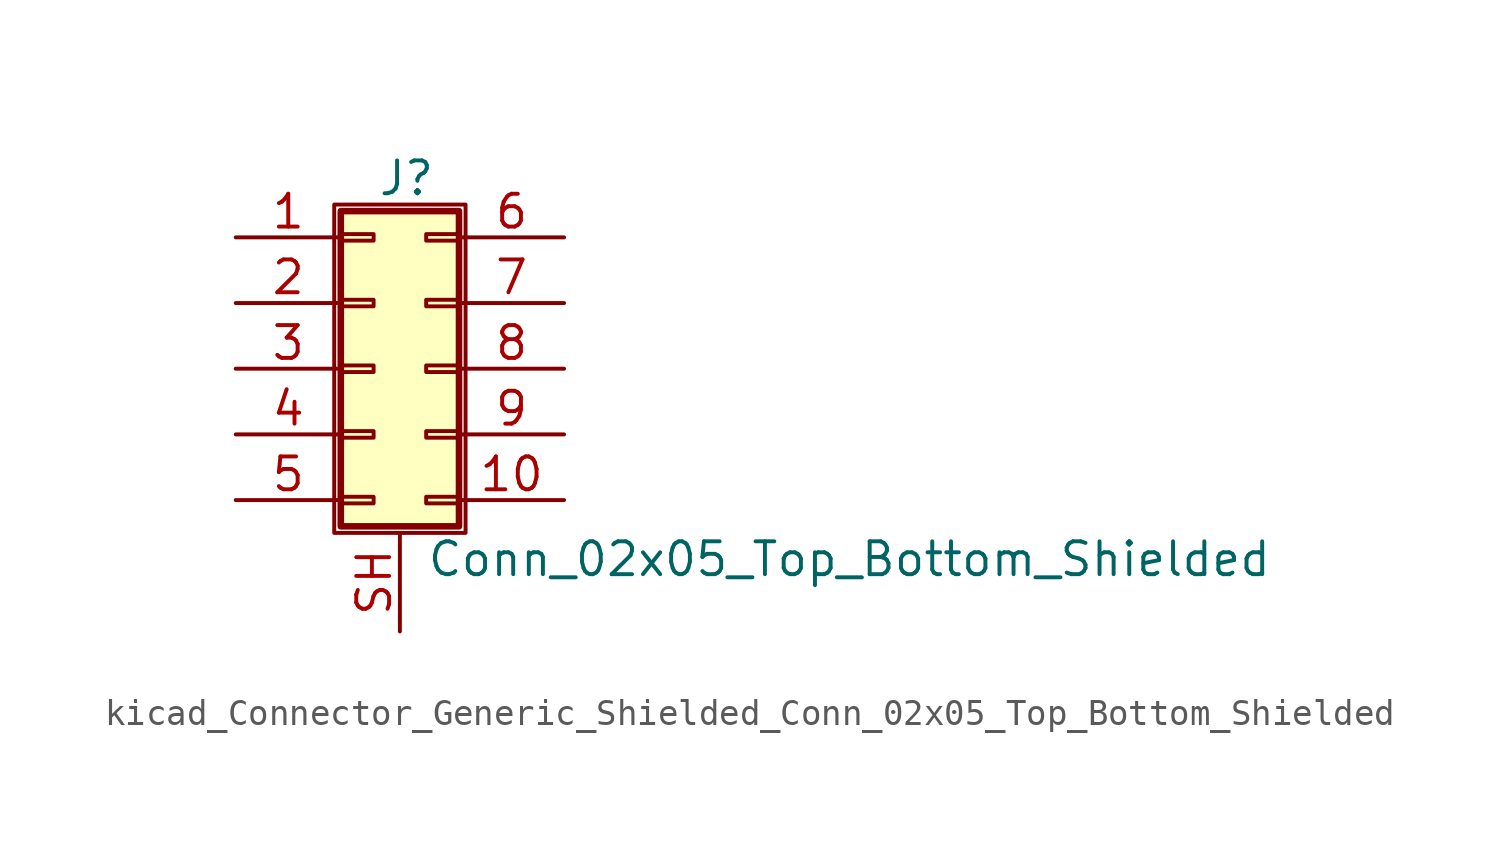
<source format=kicad_sym>
(kicad_symbol_lib
  (version 20220914)
  (generator kicad_symbol_editor)
  (symbol "kicad_Connector_Generic_Shielded_Conn_02x05_Top_Bottom_Shielded"
    (pin_names
      (offset 1.016) hide)
    (property "Reference" "J"
      (at 1.524 7.366 0)
      (effects (font (size 1.27 1.27))))
    (property "Value" "Conn_02x05_Top_Bottom_Shielded"
      (at 2.286 -7.366 0)
      (effects (font (size 1.27 1.27)) (justify left)))
    (symbol "kicad_Connector_Generic_Shielded_Conn_02x05_Top_Bottom_Shielded_1_1"
      (rectangle (start -1.27 6.35) (end 3.81 -6.35) (stroke (width 0.152) (type default)) (fill (type none)))
      (rectangle (start -1.016 -4.953) (end 0.254 -5.207) (stroke (width 0.152) (type default)) (fill (type none)))
      (rectangle (start -1.016 -2.413) (end 0.254 -2.667) (stroke (width 0.152) (type default)) (fill (type none)))
      (rectangle (start -1.016 0.127) (end 0.254 -0.127) (stroke (width 0.152) (type default)) (fill (type none)))
      (rectangle (start -1.016 2.667) (end 0.254 2.413) (stroke (width 0.152) (type default)) (fill (type none)))
      (rectangle (start -1.016 5.207) (end 0.254 4.953) (stroke (width 0.152) (type default)) (fill (type none)))
      (rectangle (start -1.016 6.096) (end 3.556 -6.096) (stroke (width 0.254) (type default)) (fill (type background)))
      (rectangle (start 3.556 -4.953) (end 2.286 -5.207) (stroke (width 0.152) (type default)) (fill (type none)))
      (rectangle (start 3.556 -2.413) (end 2.286 -2.667) (stroke (width 0.152) (type default)) (fill (type none)))
      (rectangle (start 3.556 0.127) (end 2.286 -0.127) (stroke (width 0.152) (type default)) (fill (type none)))
      (rectangle (start 3.556 2.667) (end 2.286 2.413) (stroke (width 0.152) (type default)) (fill (type none)))
      (rectangle (start 3.556 5.207) (end 2.286 4.953) (stroke (width 0.152) (type default)) (fill (type none)))
      (pin passive line (at -5.08 5.08 0) (length 4.064) (name "Pin_1" (effects (font (size 1.27 1.27)))) (number "1" (effects (font (size 1.27 1.27)))))
      (pin passive line (at 7.62 -5.08 180) (length 4.064) (name "Pin_10" (effects (font (size 1.27 1.27)))) (number "10" (effects (font (size 1.27 1.27)))))
      (pin passive line (at -5.08 2.54 0) (length 4.064) (name "Pin_2" (effects (font (size 1.27 1.27)))) (number "2" (effects (font (size 1.27 1.27)))))
      (pin passive line (at -5.08 0 0) (length 4.064) (name "Pin_3" (effects (font (size 1.27 1.27)))) (number "3" (effects (font (size 1.27 1.27)))))
      (pin passive line (at -5.08 -2.54 0) (length 4.064) (name "Pin_4" (effects (font (size 1.27 1.27)))) (number "4" (effects (font (size 1.27 1.27)))))
      (pin passive line (at -5.08 -5.08 0) (length 4.064) (name "Pin_5" (effects (font (size 1.27 1.27)))) (number "5" (effects (font (size 1.27 1.27)))))
      (pin passive line (at 7.62 5.08 180) (length 4.064) (name "Pin_6" (effects (font (size 1.27 1.27)))) (number "6" (effects (font (size 1.27 1.27)))))
      (pin passive line (at 7.62 2.54 180) (length 4.064) (name "Pin_7" (effects (font (size 1.27 1.27)))) (number "7" (effects (font (size 1.27 1.27)))))
      (pin passive line (at 7.62 0 180) (length 4.064) (name "Pin_8" (effects (font (size 1.27 1.27)))) (number "8" (effects (font (size 1.27 1.27)))))
      (pin passive line (at 7.62 -2.54 180) (length 4.064) (name "Pin_9" (effects (font (size 1.27 1.27)))) (number "9" (effects (font (size 1.27 1.27)))))
      (pin passive line (at 1.27 -10.16 90) (length 3.81) (name "Shield" (effects (font (size 1.27 1.27)))) (number "SH" (effects (font (size 1.27 1.27))))))))
</source>
